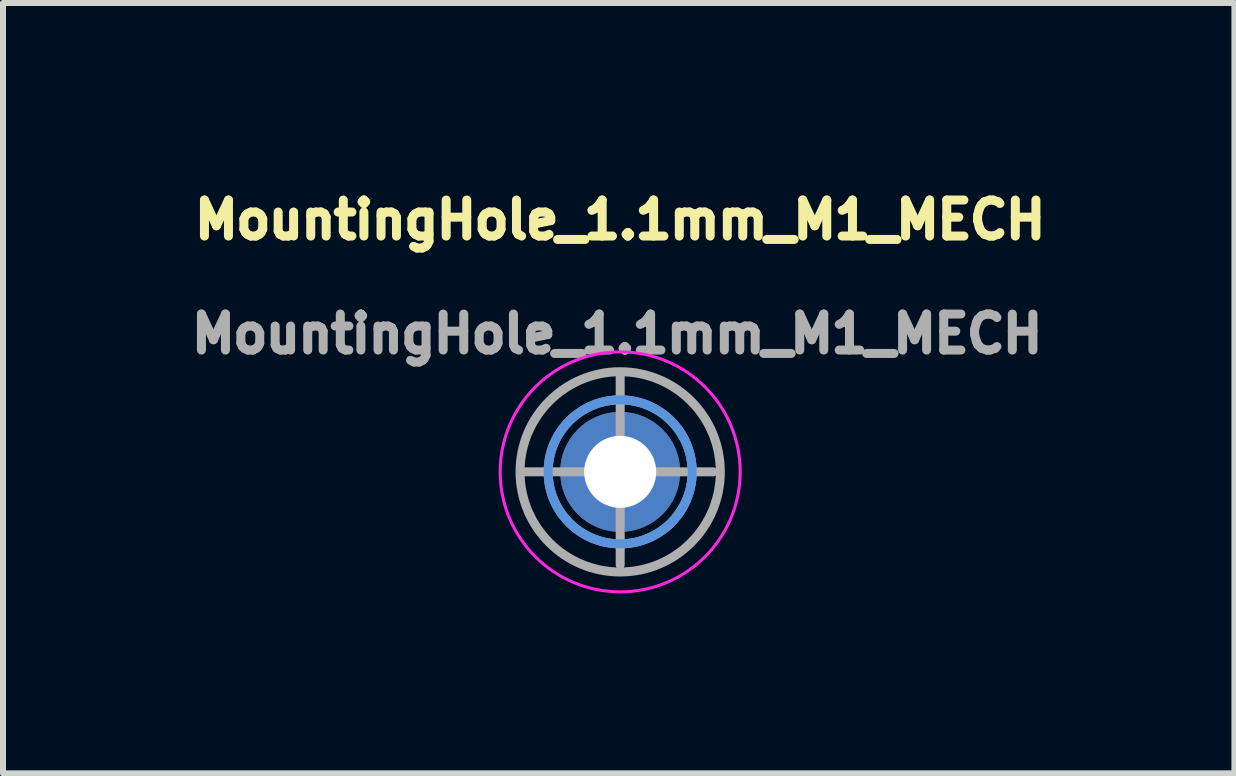
<source format=kicad_pcb>
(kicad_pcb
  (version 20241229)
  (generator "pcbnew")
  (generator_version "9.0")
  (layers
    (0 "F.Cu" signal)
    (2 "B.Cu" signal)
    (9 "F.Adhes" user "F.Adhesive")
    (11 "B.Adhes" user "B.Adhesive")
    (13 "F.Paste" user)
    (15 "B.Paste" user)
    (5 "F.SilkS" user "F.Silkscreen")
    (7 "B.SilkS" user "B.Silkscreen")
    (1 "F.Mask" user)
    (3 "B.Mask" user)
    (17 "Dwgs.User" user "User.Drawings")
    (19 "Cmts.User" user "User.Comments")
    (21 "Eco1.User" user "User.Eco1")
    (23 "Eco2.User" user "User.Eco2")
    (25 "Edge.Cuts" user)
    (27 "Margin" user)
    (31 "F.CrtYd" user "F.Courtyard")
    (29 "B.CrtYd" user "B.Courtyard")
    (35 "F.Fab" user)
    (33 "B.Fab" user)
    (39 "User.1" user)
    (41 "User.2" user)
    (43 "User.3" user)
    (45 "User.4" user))
  (footprint "MountingHole_1.1mm_M1_MECH"
    (layer "F.Cu")
    (at 7.286 4.814)
    (property "Reference" "MountingHole_1.1mm_M1_MECH" (at 0 -4.2 0) (layer "F.SilkS") (effects (font (size 0.6 0.6) (thickness 0.15))))
    (attr exclude_from_pos_files exclude_from_bom)
    (fp_circle (center 0 0) (end 1.2 0) (stroke (width 0.15) (type solid)) (fill no) (layer "Cmts.User"))
    (fp_circle (center 0 0) (end 2 0) (stroke (width 0.05) (type solid)) (fill no) (layer "F.CrtYd"))
    (fp_line (start -1.6 0) (end 1.55 0) (stroke (width 0.15) (type solid)) (layer "F.Fab"))
    (fp_line (start 0 1.55) (end 0 -1.6) (stroke (width 0.15) (type solid)) (layer "F.Fab"))
    (fp_circle (center 0 0) (end 1.2 0) (stroke (width 0.15) (type solid)) (fill no) (layer "F.Fab"))
    (fp_circle (center 0 0) (end 1.65 0.25) (stroke (width 0.15) (type solid)) (fill no) (layer "F.Fab"))
    (fp_text user "${REFERENCE}" (at -0.05 -2.3 0) (layer "F.Fab") (effects (font (size 0.6 0.6) (thickness 0.15))))
    (pad "" np_thru_hole circle (at 0 0) (size 2 2) (drill 1.2) (layers "*.Cu" "*.Mask")))
  (gr_rect
    (start -3 -3)
    (end 17.523 9.839)
    (stroke (width 0.1) (type default))
    (fill no)
    (layer "Edge.Cuts")))
</source>
